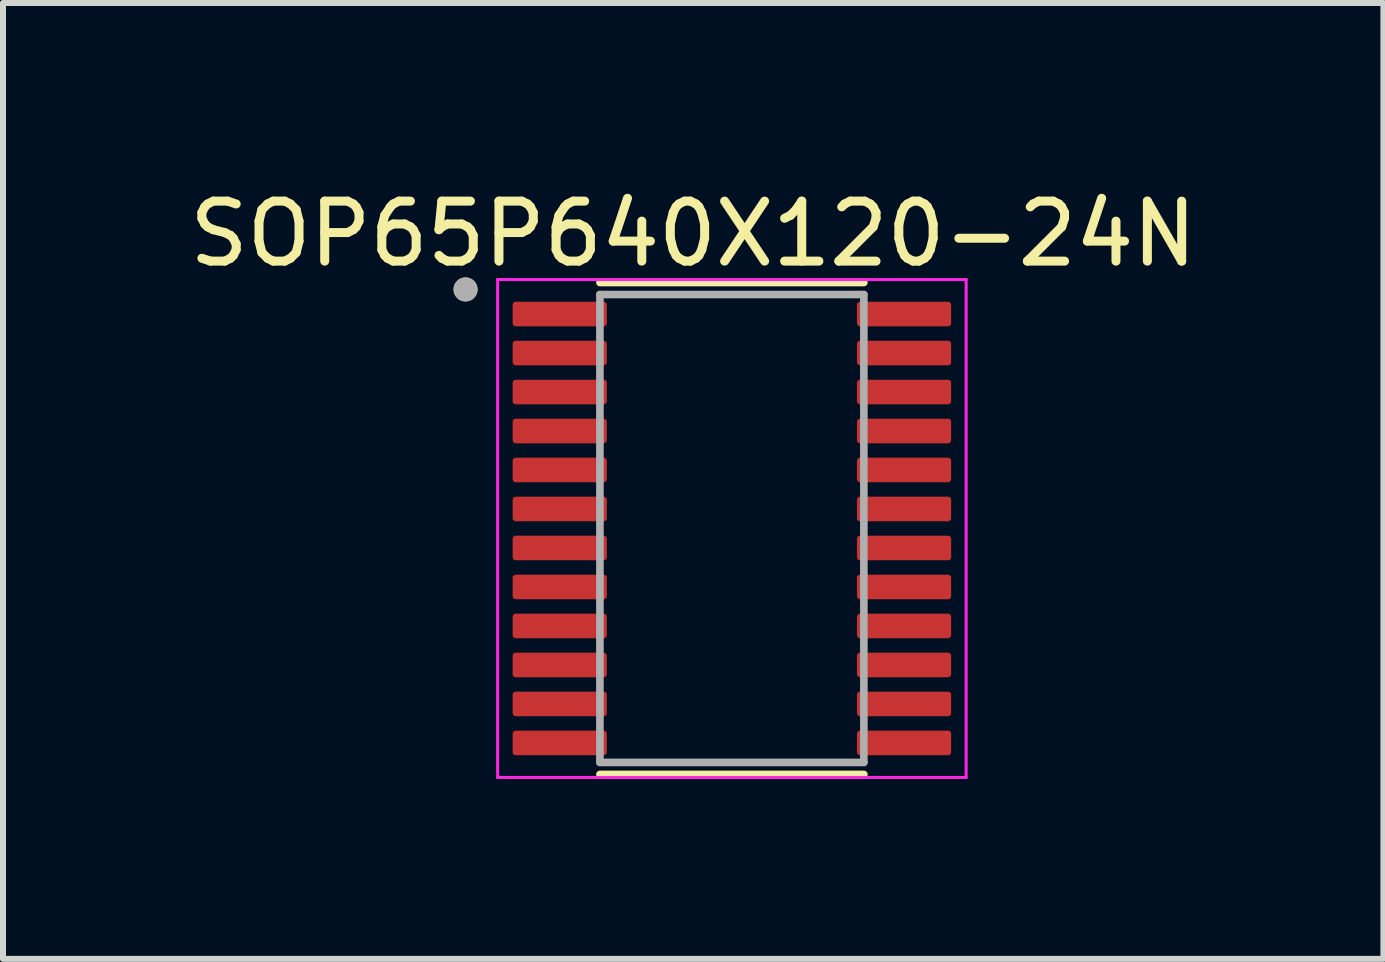
<source format=kicad_pcb>
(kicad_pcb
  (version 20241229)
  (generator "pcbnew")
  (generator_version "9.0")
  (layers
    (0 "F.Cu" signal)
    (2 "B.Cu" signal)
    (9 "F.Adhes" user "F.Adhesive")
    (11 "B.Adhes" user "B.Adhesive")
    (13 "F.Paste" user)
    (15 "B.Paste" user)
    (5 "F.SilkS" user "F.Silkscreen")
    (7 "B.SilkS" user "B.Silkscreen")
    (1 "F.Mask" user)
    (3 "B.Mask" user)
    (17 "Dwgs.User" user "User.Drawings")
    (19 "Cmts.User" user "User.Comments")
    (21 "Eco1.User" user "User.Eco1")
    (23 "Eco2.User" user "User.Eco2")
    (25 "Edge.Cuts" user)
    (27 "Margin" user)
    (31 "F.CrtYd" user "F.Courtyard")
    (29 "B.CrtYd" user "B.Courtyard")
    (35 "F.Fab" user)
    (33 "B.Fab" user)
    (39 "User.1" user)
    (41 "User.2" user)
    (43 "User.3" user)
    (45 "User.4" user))
  (footprint "SOP65P640X120-24N"
    (layer "F.Cu")
    (at 9.151 5.76)
    (property "Reference" "SOP65P640X120-24N" (at -0.645 -4.912 0) (layer "F.SilkS") (effects (font (size 1 1) (thickness 0.15))))
    (attr smd)
    (fp_line (start -2.2 -4.1) (end 2.2 -4.1) (stroke (width 0.127) (type solid)) (layer "F.SilkS"))
    (fp_line (start -2.2 4.1) (end 2.2 4.1) (stroke (width 0.127) (type solid)) (layer "F.SilkS"))
    (fp_circle (center -4.44 -3.985) (end -4.34 -3.985) (stroke (width 0.2) (type solid)) (fill no) (layer "F.SilkS"))
    (fp_line (start -3.905 -4.15) (end -3.905 4.15) (stroke (width 0.05) (type solid)) (layer "F.CrtYd"))
    (fp_line (start -3.905 -4.15) (end 3.905 -4.15) (stroke (width 0.05) (type solid)) (layer "F.CrtYd"))
    (fp_line (start -3.905 4.15) (end 3.905 4.15) (stroke (width 0.05) (type solid)) (layer "F.CrtYd"))
    (fp_line (start 3.905 -4.15) (end 3.905 4.15) (stroke (width 0.05) (type solid)) (layer "F.CrtYd"))
    (fp_line (start -2.2 -3.9) (end -2.2 3.9) (stroke (width 0.127) (type solid)) (layer "F.Fab"))
    (fp_line (start -2.2 -3.9) (end 2.2 -3.9) (stroke (width 0.127) (type solid)) (layer "F.Fab"))
    (fp_line (start -2.2 3.9) (end 2.2 3.9) (stroke (width 0.127) (type solid)) (layer "F.Fab"))
    (fp_line (start 2.2 -3.9) (end 2.2 3.9) (stroke (width 0.127) (type solid)) (layer "F.Fab"))
    (fp_circle (center -4.44 -3.985) (end -4.34 -3.985) (stroke (width 0.2) (type solid)) (fill no) (layer "F.Fab"))
    (pad "1" smd roundrect (at -2.87 -3.575) (size 1.57 0.41) (layers "F.Cu" "F.Mask" "F.Paste") (roundrect_rratio 0.125))
    (pad "2" smd roundrect (at -2.87 -2.925) (size 1.57 0.41) (layers "F.Cu" "F.Mask" "F.Paste") (roundrect_rratio 0.125))
    (pad "3" smd roundrect (at -2.87 -2.275) (size 1.57 0.41) (layers "F.Cu" "F.Mask" "F.Paste") (roundrect_rratio 0.125))
    (pad "4" smd roundrect (at -2.87 -1.625) (size 1.57 0.41) (layers "F.Cu" "F.Mask" "F.Paste") (roundrect_rratio 0.125))
    (pad "5" smd roundrect (at -2.87 -0.975) (size 1.57 0.41) (layers "F.Cu" "F.Mask" "F.Paste") (roundrect_rratio 0.125))
    (pad "6" smd roundrect (at -2.87 -0.325) (size 1.57 0.41) (layers "F.Cu" "F.Mask" "F.Paste") (roundrect_rratio 0.125))
    (pad "7" smd roundrect (at -2.87 0.325) (size 1.57 0.41) (layers "F.Cu" "F.Mask" "F.Paste") (roundrect_rratio 0.125))
    (pad "8" smd roundrect (at -2.87 0.975) (size 1.57 0.41) (layers "F.Cu" "F.Mask" "F.Paste") (roundrect_rratio 0.125))
    (pad "9" smd roundrect (at -2.87 1.625) (size 1.57 0.41) (layers "F.Cu" "F.Mask" "F.Paste") (roundrect_rratio 0.125))
    (pad "10" smd roundrect (at -2.87 2.275) (size 1.57 0.41) (layers "F.Cu" "F.Mask" "F.Paste") (roundrect_rratio 0.125))
    (pad "11" smd roundrect (at -2.87 2.925) (size 1.57 0.41) (layers "F.Cu" "F.Mask" "F.Paste") (roundrect_rratio 0.125))
    (pad "12" smd roundrect (at -2.87 3.575) (size 1.57 0.41) (layers "F.Cu" "F.Mask" "F.Paste") (roundrect_rratio 0.125))
    (pad "13" smd roundrect (at 2.87 3.575) (size 1.57 0.41) (layers "F.Cu" "F.Mask" "F.Paste") (roundrect_rratio 0.125))
    (pad "14" smd roundrect (at 2.87 2.925) (size 1.57 0.41) (layers "F.Cu" "F.Mask" "F.Paste") (roundrect_rratio 0.125))
    (pad "15" smd roundrect (at 2.87 2.275) (size 1.57 0.41) (layers "F.Cu" "F.Mask" "F.Paste") (roundrect_rratio 0.125))
    (pad "16" smd roundrect (at 2.87 1.625) (size 1.57 0.41) (layers "F.Cu" "F.Mask" "F.Paste") (roundrect_rratio 0.125))
    (pad "17" smd roundrect (at 2.87 0.975) (size 1.57 0.41) (layers "F.Cu" "F.Mask" "F.Paste") (roundrect_rratio 0.125))
    (pad "18" smd roundrect (at 2.87 0.325) (size 1.57 0.41) (layers "F.Cu" "F.Mask" "F.Paste") (roundrect_rratio 0.125))
    (pad "19" smd roundrect (at 2.87 -0.325) (size 1.57 0.41) (layers "F.Cu" "F.Mask" "F.Paste") (roundrect_rratio 0.125))
    (pad "20" smd roundrect (at 2.87 -0.975) (size 1.57 0.41) (layers "F.Cu" "F.Mask" "F.Paste") (roundrect_rratio 0.125))
    (pad "21" smd roundrect (at 2.87 -1.625) (size 1.57 0.41) (layers "F.Cu" "F.Mask" "F.Paste") (roundrect_rratio 0.125))
    (pad "22" smd roundrect (at 2.87 -2.275) (size 1.57 0.41) (layers "F.Cu" "F.Mask" "F.Paste") (roundrect_rratio 0.125))
    (pad "23" smd roundrect (at 2.87 -2.925) (size 1.57 0.41) (layers "F.Cu" "F.Mask" "F.Paste") (roundrect_rratio 0.125))
    (pad "24" smd roundrect (at 2.87 -3.575) (size 1.57 0.41) (layers "F.Cu" "F.Mask" "F.Paste") (roundrect_rratio 0.125)))
  (gr_rect
    (start -3 -3)
    (end 20.012 12.935)
    (stroke (width 0.1) (type default))
    (fill no)
    (layer "Edge.Cuts")))
</source>
